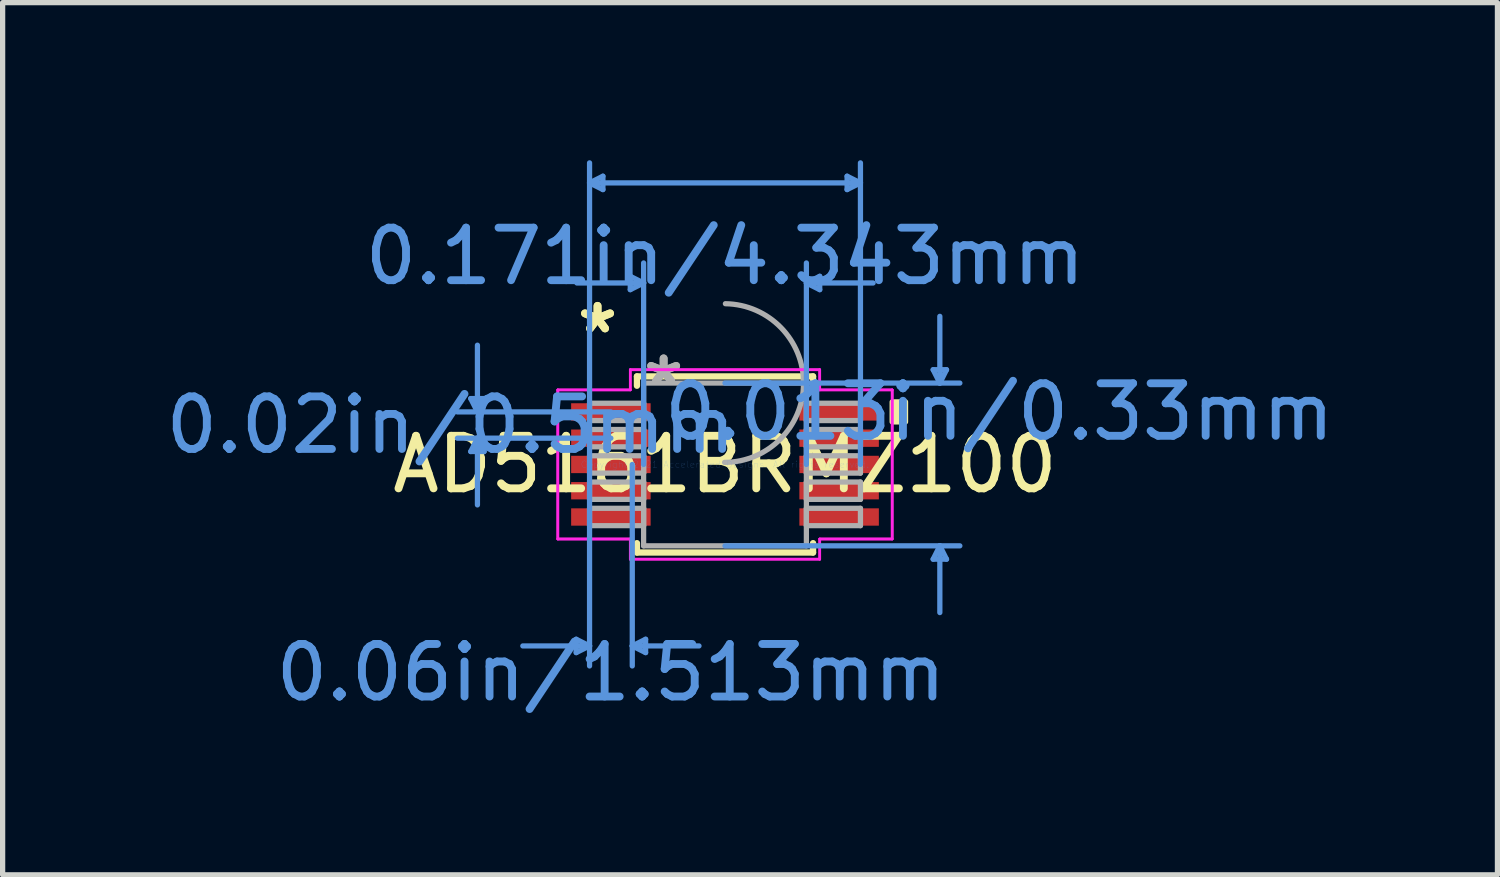
<source format=kicad_pcb>
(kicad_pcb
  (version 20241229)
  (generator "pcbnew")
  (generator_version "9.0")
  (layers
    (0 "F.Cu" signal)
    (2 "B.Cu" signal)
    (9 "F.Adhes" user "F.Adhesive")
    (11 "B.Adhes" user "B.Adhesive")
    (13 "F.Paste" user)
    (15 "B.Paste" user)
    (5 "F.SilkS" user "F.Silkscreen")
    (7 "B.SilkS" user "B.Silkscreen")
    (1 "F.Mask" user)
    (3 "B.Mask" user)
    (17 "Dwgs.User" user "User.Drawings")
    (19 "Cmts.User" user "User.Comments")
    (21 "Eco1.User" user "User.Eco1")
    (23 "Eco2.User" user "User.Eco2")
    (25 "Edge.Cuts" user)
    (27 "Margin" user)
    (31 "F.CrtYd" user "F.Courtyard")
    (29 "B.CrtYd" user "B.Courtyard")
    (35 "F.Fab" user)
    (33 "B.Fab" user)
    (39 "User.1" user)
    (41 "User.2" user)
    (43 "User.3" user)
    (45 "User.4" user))
  (footprint "AD5161BRMZ100"
    (layer "F.Cu")
    (at 10.749 5.79)
    (property "Reference" "AD5161BRMZ100" (at 0 0 0) (layer "F.SilkS") (effects (font (size 1 1) (thickness 0.15))))
    (attr through_hole)
    (fp_line (start -1.676 -1.676) (end -1.676 -1.498) (stroke (width 0.12) (type solid)) (layer "F.SilkS"))
    (fp_line (start -1.676 1.498) (end -1.676 1.676) (stroke (width 0.12) (type solid)) (layer "F.SilkS"))
    (fp_line (start -1.676 1.676) (end 1.676 1.676) (stroke (width 0.12) (type solid)) (layer "F.SilkS"))
    (fp_line (start 1.676 -1.676) (end -1.676 -1.676) (stroke (width 0.12) (type solid)) (layer "F.SilkS"))
    (fp_line (start 1.676 -1.498) (end 1.676 -1.676) (stroke (width 0.12) (type solid)) (layer "F.SilkS"))
    (fp_line (start 1.676 1.676) (end 1.676 1.498) (stroke (width 0.12) (type solid)) (layer "F.SilkS"))
    (fp_poly (pts (xy 3.436 -1.191) (xy 3.436 -0.81) (xy 3.182 -0.81) (xy 3.182 -1.191)) (stroke (width 0.1) (type solid)) (fill yes) (layer "F.SilkS"))
    (fp_line (start -4.839 -1.254) (end -4.585 -1.254) (stroke (width 0.1) (type solid)) (layer "Cmts.User"))
    (fp_line (start -4.839 -0.246) (end -4.585 -0.246) (stroke (width 0.1) (type solid)) (layer "Cmts.User"))
    (fp_line (start -4.712 -1) (end -4.839 -1.254) (stroke (width 0.1) (type solid)) (layer "Cmts.User"))
    (fp_line (start -4.712 -1) (end -4.712 -2.27) (stroke (width 0.1) (type solid)) (layer "Cmts.User"))
    (fp_line (start -4.712 -1) (end -4.585 -1.254) (stroke (width 0.1) (type solid)) (layer "Cmts.User"))
    (fp_line (start -4.712 -0.5) (end -4.839 -0.246) (stroke (width 0.1) (type solid)) (layer "Cmts.User"))
    (fp_line (start -4.712 -0.5) (end -4.712 0.77) (stroke (width 0.1) (type solid)) (layer "Cmts.User"))
    (fp_line (start -4.712 -0.5) (end -4.585 -0.246) (stroke (width 0.1) (type solid)) (layer "Cmts.User"))
    (fp_line (start -2.832 3.327) (end -2.832 3.581) (stroke (width 0.1) (type solid)) (layer "Cmts.User"))
    (fp_line (start -2.578 -5.359) (end -2.324 -5.486) (stroke (width 0.1) (type solid)) (layer "Cmts.User"))
    (fp_line (start -2.578 -5.359) (end -2.324 -5.232) (stroke (width 0.1) (type solid)) (layer "Cmts.User"))
    (fp_line (start -2.578 -5.359) (end 2.578 -5.359) (stroke (width 0.1) (type solid)) (layer "Cmts.User"))
    (fp_line (start -2.578 0) (end -2.578 -5.74) (stroke (width 0.1) (type solid)) (layer "Cmts.User"))
    (fp_line (start -2.578 0) (end -2.578 3.835) (stroke (width 0.1) (type solid)) (layer "Cmts.User"))
    (fp_line (start -2.578 3.454) (end -3.848 3.454) (stroke (width 0.1) (type solid)) (layer "Cmts.User"))
    (fp_line (start -2.578 3.454) (end -2.832 3.327) (stroke (width 0.1) (type solid)) (layer "Cmts.User"))
    (fp_line (start -2.578 3.454) (end -2.832 3.581) (stroke (width 0.1) (type solid)) (layer "Cmts.User"))
    (fp_line (start -2.324 -5.486) (end -2.324 -5.232) (stroke (width 0.1) (type solid)) (layer "Cmts.User"))
    (fp_line (start -2.172 -1) (end -5.093 -1) (stroke (width 0.1) (type solid)) (layer "Cmts.User"))
    (fp_line (start -2.172 -0.5) (end -5.093 -0.5) (stroke (width 0.1) (type solid)) (layer "Cmts.User"))
    (fp_line (start -1.803 -3.581) (end -1.803 -3.327) (stroke (width 0.1) (type solid)) (layer "Cmts.User"))
    (fp_line (start -1.765 0) (end -1.765 3.835) (stroke (width 0.1) (type solid)) (layer "Cmts.User"))
    (fp_line (start -1.765 3.454) (end -1.511 3.327) (stroke (width 0.1) (type solid)) (layer "Cmts.User"))
    (fp_line (start -1.765 3.454) (end -1.511 3.581) (stroke (width 0.1) (type solid)) (layer "Cmts.User"))
    (fp_line (start -1.765 3.454) (end -0.495 3.454) (stroke (width 0.1) (type solid)) (layer "Cmts.User"))
    (fp_line (start -1.549 -3.454) (end -2.819 -3.454) (stroke (width 0.1) (type solid)) (layer "Cmts.User"))
    (fp_line (start -1.549 -3.454) (end -1.803 -3.581) (stroke (width 0.1) (type solid)) (layer "Cmts.User"))
    (fp_line (start -1.549 -3.454) (end -1.803 -3.327) (stroke (width 0.1) (type solid)) (layer "Cmts.User"))
    (fp_line (start -1.549 0) (end -1.549 -3.835) (stroke (width 0.1) (type solid)) (layer "Cmts.User"))
    (fp_line (start -1.511 3.327) (end -1.511 3.581) (stroke (width 0.1) (type solid)) (layer "Cmts.User"))
    (fp_line (start 0 -1.549) (end 4.47 -1.549) (stroke (width 0.1) (type solid)) (layer "Cmts.User"))
    (fp_line (start 0 1.549) (end 4.47 1.549) (stroke (width 0.1) (type solid)) (layer "Cmts.User"))
    (fp_line (start 1.549 -3.454) (end 1.803 -3.581) (stroke (width 0.1) (type solid)) (layer "Cmts.User"))
    (fp_line (start 1.549 -3.454) (end 1.803 -3.327) (stroke (width 0.1) (type solid)) (layer "Cmts.User"))
    (fp_line (start 1.549 -3.454) (end 2.819 -3.454) (stroke (width 0.1) (type solid)) (layer "Cmts.User"))
    (fp_line (start 1.549 0) (end 1.549 -3.835) (stroke (width 0.1) (type solid)) (layer "Cmts.User"))
    (fp_line (start 1.803 -3.581) (end 1.803 -3.327) (stroke (width 0.1) (type solid)) (layer "Cmts.User"))
    (fp_line (start 2.324 -5.486) (end 2.324 -5.232) (stroke (width 0.1) (type solid)) (layer "Cmts.User"))
    (fp_line (start 2.578 -5.359) (end 2.324 -5.486) (stroke (width 0.1) (type solid)) (layer "Cmts.User"))
    (fp_line (start 2.578 -5.359) (end 2.324 -5.232) (stroke (width 0.1) (type solid)) (layer "Cmts.User"))
    (fp_line (start 2.578 0) (end 2.578 -5.74) (stroke (width 0.1) (type solid)) (layer "Cmts.User"))
    (fp_line (start 3.962 -1.803) (end 4.216 -1.803) (stroke (width 0.1) (type solid)) (layer "Cmts.User"))
    (fp_line (start 3.962 1.803) (end 4.216 1.803) (stroke (width 0.1) (type solid)) (layer "Cmts.User"))
    (fp_line (start 4.089 -1.549) (end 3.962 -1.803) (stroke (width 0.1) (type solid)) (layer "Cmts.User"))
    (fp_line (start 4.089 -1.549) (end 4.089 -2.819) (stroke (width 0.1) (type solid)) (layer "Cmts.User"))
    (fp_line (start 4.089 -1.549) (end 4.216 -1.803) (stroke (width 0.1) (type solid)) (layer "Cmts.User"))
    (fp_line (start 4.089 1.549) (end 3.962 1.803) (stroke (width 0.1) (type solid)) (layer "Cmts.User"))
    (fp_line (start 4.089 1.549) (end 4.089 2.819) (stroke (width 0.1) (type solid)) (layer "Cmts.User"))
    (fp_line (start 4.089 1.549) (end 4.216 1.803) (stroke (width 0.1) (type solid)) (layer "Cmts.User"))
    (fp_line (start -3.182 -1.419) (end -1.803 -1.419) (stroke (width 0.05) (type solid)) (layer "F.CrtYd"))
    (fp_line (start -3.182 -1.419) (end -1.803 -1.419) (stroke (width 0.05) (type solid)) (layer "F.CrtYd"))
    (fp_line (start -3.182 1.419) (end -3.182 -1.419) (stroke (width 0.05) (type solid)) (layer "F.CrtYd"))
    (fp_line (start -3.182 1.419) (end -3.182 -1.419) (stroke (width 0.05) (type solid)) (layer "F.CrtYd"))
    (fp_line (start -3.182 1.419) (end -1.803 1.419) (stroke (width 0.05) (type solid)) (layer "F.CrtYd"))
    (fp_line (start -1.803 -1.803) (end 1.803 -1.803) (stroke (width 0.05) (type solid)) (layer "F.CrtYd"))
    (fp_line (start -1.803 -1.803) (end 1.803 -1.803) (stroke (width 0.05) (type solid)) (layer "F.CrtYd"))
    (fp_line (start -1.803 -1.419) (end -1.803 -1.803) (stroke (width 0.05) (type solid)) (layer "F.CrtYd"))
    (fp_line (start -1.803 -1.419) (end -1.803 -1.803) (stroke (width 0.05) (type solid)) (layer "F.CrtYd"))
    (fp_line (start -1.803 1.419) (end -3.182 1.419) (stroke (width 0.05) (type solid)) (layer "F.CrtYd"))
    (fp_line (start -1.803 1.803) (end -1.803 1.419) (stroke (width 0.05) (type solid)) (layer "F.CrtYd"))
    (fp_line (start -1.803 1.803) (end -1.803 1.419) (stroke (width 0.05) (type solid)) (layer "F.CrtYd"))
    (fp_line (start 1.803 -1.803) (end 1.803 -1.419) (stroke (width 0.05) (type solid)) (layer "F.CrtYd"))
    (fp_line (start 1.803 -1.803) (end 1.803 -1.419) (stroke (width 0.05) (type solid)) (layer "F.CrtYd"))
    (fp_line (start 1.803 -1.419) (end 3.182 -1.419) (stroke (width 0.05) (type solid)) (layer "F.CrtYd"))
    (fp_line (start 1.803 1.419) (end 1.803 1.803) (stroke (width 0.05) (type solid)) (layer "F.CrtYd"))
    (fp_line (start 1.803 1.419) (end 1.803 1.803) (stroke (width 0.05) (type solid)) (layer "F.CrtYd"))
    (fp_line (start 1.803 1.803) (end -1.803 1.803) (stroke (width 0.05) (type solid)) (layer "F.CrtYd"))
    (fp_line (start 1.803 1.803) (end -1.803 1.803) (stroke (width 0.05) (type solid)) (layer "F.CrtYd"))
    (fp_line (start 3.182 -1.419) (end 1.803 -1.419) (stroke (width 0.05) (type solid)) (layer "F.CrtYd"))
    (fp_line (start 3.182 -1.419) (end 3.182 1.419) (stroke (width 0.05) (type solid)) (layer "F.CrtYd"))
    (fp_line (start 3.182 -1.419) (end 3.182 1.419) (stroke (width 0.05) (type solid)) (layer "F.CrtYd"))
    (fp_line (start 3.182 1.419) (end 1.803 1.419) (stroke (width 0.05) (type solid)) (layer "F.CrtYd"))
    (fp_line (start 3.182 1.419) (end 1.803 1.419) (stroke (width 0.05) (type solid)) (layer "F.CrtYd"))
    (fp_line (start -2.578 -1.165) (end -2.578 -0.835) (stroke (width 0.1) (type solid)) (layer "F.Fab"))
    (fp_line (start -2.578 -0.835) (end -1.549 -0.835) (stroke (width 0.1) (type solid)) (layer "F.Fab"))
    (fp_line (start -2.578 -0.665) (end -2.578 -0.335) (stroke (width 0.1) (type solid)) (layer "F.Fab"))
    (fp_line (start -2.578 -0.335) (end -1.549 -0.335) (stroke (width 0.1) (type solid)) (layer "F.Fab"))
    (fp_line (start -2.578 -0.165) (end -2.578 0.165) (stroke (width 0.1) (type solid)) (layer "F.Fab"))
    (fp_line (start -2.578 0.165) (end -1.549 0.165) (stroke (width 0.1) (type solid)) (layer "F.Fab"))
    (fp_line (start -2.578 0.335) (end -2.578 0.665) (stroke (width 0.1) (type solid)) (layer "F.Fab"))
    (fp_line (start -2.578 0.665) (end -1.549 0.665) (stroke (width 0.1) (type solid)) (layer "F.Fab"))
    (fp_line (start -2.578 0.835) (end -2.578 1.165) (stroke (width 0.1) (type solid)) (layer "F.Fab"))
    (fp_line (start -2.578 1.165) (end -1.549 1.165) (stroke (width 0.1) (type solid)) (layer "F.Fab"))
    (fp_line (start -1.549 -1.549) (end -1.549 1.549) (stroke (width 0.1) (type solid)) (layer "F.Fab"))
    (fp_line (start -1.549 -1.165) (end -2.578 -1.165) (stroke (width 0.1) (type solid)) (layer "F.Fab"))
    (fp_line (start -1.549 -0.835) (end -1.549 -1.165) (stroke (width 0.1) (type solid)) (layer "F.Fab"))
    (fp_line (start -1.549 -0.665) (end -2.578 -0.665) (stroke (width 0.1) (type solid)) (layer "F.Fab"))
    (fp_line (start -1.549 -0.335) (end -1.549 -0.665) (stroke (width 0.1) (type solid)) (layer "F.Fab"))
    (fp_line (start -1.549 -0.165) (end -2.578 -0.165) (stroke (width 0.1) (type solid)) (layer "F.Fab"))
    (fp_line (start -1.549 0.165) (end -1.549 -0.165) (stroke (width 0.1) (type solid)) (layer "F.Fab"))
    (fp_line (start -1.549 0.335) (end -2.578 0.335) (stroke (width 0.1) (type solid)) (layer "F.Fab"))
    (fp_line (start -1.549 0.665) (end -1.549 0.335) (stroke (width 0.1) (type solid)) (layer "F.Fab"))
    (fp_line (start -1.549 0.835) (end -2.578 0.835) (stroke (width 0.1) (type solid)) (layer "F.Fab"))
    (fp_line (start -1.549 1.165) (end -1.549 0.835) (stroke (width 0.1) (type solid)) (layer "F.Fab"))
    (fp_line (start -1.549 1.549) (end 1.549 1.549) (stroke (width 0.1) (type solid)) (layer "F.Fab"))
    (fp_line (start 1.549 -1.549) (end -1.549 -1.549) (stroke (width 0.1) (type solid)) (layer "F.Fab"))
    (fp_line (start 1.549 -1.165) (end 1.549 -0.835) (stroke (width 0.1) (type solid)) (layer "F.Fab"))
    (fp_line (start 1.549 -0.835) (end 2.578 -0.835) (stroke (width 0.1) (type solid)) (layer "F.Fab"))
    (fp_line (start 1.549 -0.665) (end 1.549 -0.335) (stroke (width 0.1) (type solid)) (layer "F.Fab"))
    (fp_line (start 1.549 -0.335) (end 2.578 -0.335) (stroke (width 0.1) (type solid)) (layer "F.Fab"))
    (fp_line (start 1.549 -0.165) (end 1.549 0.165) (stroke (width 0.1) (type solid)) (layer "F.Fab"))
    (fp_line (start 1.549 0.165) (end 2.578 0.165) (stroke (width 0.1) (type solid)) (layer "F.Fab"))
    (fp_line (start 1.549 0.335) (end 1.549 0.665) (stroke (width 0.1) (type solid)) (layer "F.Fab"))
    (fp_line (start 1.549 0.665) (end 2.578 0.665) (stroke (width 0.1) (type solid)) (layer "F.Fab"))
    (fp_line (start 1.549 0.835) (end 1.549 1.165) (stroke (width 0.1) (type solid)) (layer "F.Fab"))
    (fp_line (start 1.549 1.165) (end 2.578 1.165) (stroke (width 0.1) (type solid)) (layer "F.Fab"))
    (fp_line (start 1.549 1.549) (end 1.549 -1.549) (stroke (width 0.1) (type solid)) (layer "F.Fab"))
    (fp_line (start 2.578 -1.165) (end 1.549 -1.165) (stroke (width 0.1) (type solid)) (layer "F.Fab"))
    (fp_line (start 2.578 -0.835) (end 2.578 -1.165) (stroke (width 0.1) (type solid)) (layer "F.Fab"))
    (fp_line (start 2.578 -0.665) (end 1.549 -0.665) (stroke (width 0.1) (type solid)) (layer "F.Fab"))
    (fp_line (start 2.578 -0.335) (end 2.578 -0.665) (stroke (width 0.1) (type solid)) (layer "F.Fab"))
    (fp_line (start 2.578 -0.165) (end 1.549 -0.165) (stroke (width 0.1) (type solid)) (layer "F.Fab"))
    (fp_line (start 2.578 0.165) (end 2.578 -0.165) (stroke (width 0.1) (type solid)) (layer "F.Fab"))
    (fp_line (start 2.578 0.335) (end 1.549 0.335) (stroke (width 0.1) (type solid)) (layer "F.Fab"))
    (fp_line (start 2.578 0.665) (end 2.578 0.335) (stroke (width 0.1) (type solid)) (layer "F.Fab"))
    (fp_line (start 2.578 0.835) (end 1.549 0.835) (stroke (width 0.1) (type solid)) (layer "F.Fab"))
    (fp_line (start 2.578 1.165) (end 2.578 0.835) (stroke (width 0.1) (type solid)) (layer "F.Fab"))
    (fp_arc (start 0.007742 -3.059445) (mid 1.510045 -1.541658) (end -0.007742 -0.039355) (stroke (width 0.1) (type solid)) (layer "F.Fab"))
    (fp_text user "*" (at -2.426 -2.473 0) (layer "F.SilkS") (effects (font (size 1 1) (thickness 0.15))))
    (fp_text user "*" (at -2.426 -2.473 0) (layer "F.SilkS") (effects (font (size 1 1) (thickness 0.15))))
    (fp_text user "0.013in/0.33mm" (at 5.22 -1 0) (layer "Cmts.User") (effects (font (size 1 1) (thickness 0.15))))
    (fp_text user "0.02in/0.5mm" (at -5.22 -0.75 0) (layer "Cmts.User") (effects (font (size 1 1) (thickness 0.15))))
    (fp_text user "0.171in/4.343mm" (at 0 -3.962 0) (layer "Cmts.User") (effects (font (size 1 1) (thickness 0.15))))
    (fp_text user "Copyright 2021 Accelerated Designs. All rights reserved." (at 0 0 0) (layer "Cmts.User") (effects (font (size 0.127 0.127) (thickness 0.002))))
    (fp_text user "0.06in/1.513mm" (at -2.172 3.962 0) (layer "Cmts.User") (effects (font (size 1 1) (thickness 0.15))))
    (fp_text user "*" (at -1.168 -1.473 0) (layer "F.Fab") (effects (font (size 1 1) (thickness 0.15))))
    (fp_text user "*" (at -1.168 -1.473 0) (layer "F.Fab") (effects (font (size 1 1) (thickness 0.15))))
    (pad "1" smd rect (at -2.172 -1) (size 1.513 0.33) (layers "F.Cu" "F.Mask" "F.Paste"))
    (pad "2" smd rect (at -2.172 -0.5) (size 1.513 0.33) (layers "F.Cu" "F.Mask" "F.Paste"))
    (pad "3" smd rect (at -2.172 0) (size 1.513 0.33) (layers "F.Cu" "F.Mask" "F.Paste"))
    (pad "4" smd rect (at -2.172 0.5) (size 1.513 0.33) (layers "F.Cu" "F.Mask" "F.Paste"))
    (pad "5" smd rect (at -2.172 1) (size 1.513 0.33) (layers "F.Cu" "F.Mask" "F.Paste"))
    (pad "6" smd rect (at 2.172 1) (size 1.513 0.33) (layers "F.Cu" "F.Mask" "F.Paste"))
    (pad "7" smd rect (at 2.172 0.5) (size 1.513 0.33) (layers "F.Cu" "F.Mask" "F.Paste"))
    (pad "8" smd rect (at 2.172 0) (size 1.513 0.33) (layers "F.Cu" "F.Mask" "F.Paste"))
    (pad "9" smd rect (at 2.172 -0.5) (size 1.513 0.33) (layers "F.Cu" "F.Mask" "F.Paste"))
    (pad "10" smd rect (at 2.172 -1) (size 1.513 0.33) (layers "F.Cu" "F.Mask" "F.Paste")))
  (gr_rect
    (start -3 -3)
    (end 25.451 13.601)
    (stroke (width 0.1) (type default))
    (fill no)
    (layer "Edge.Cuts")))
</source>
